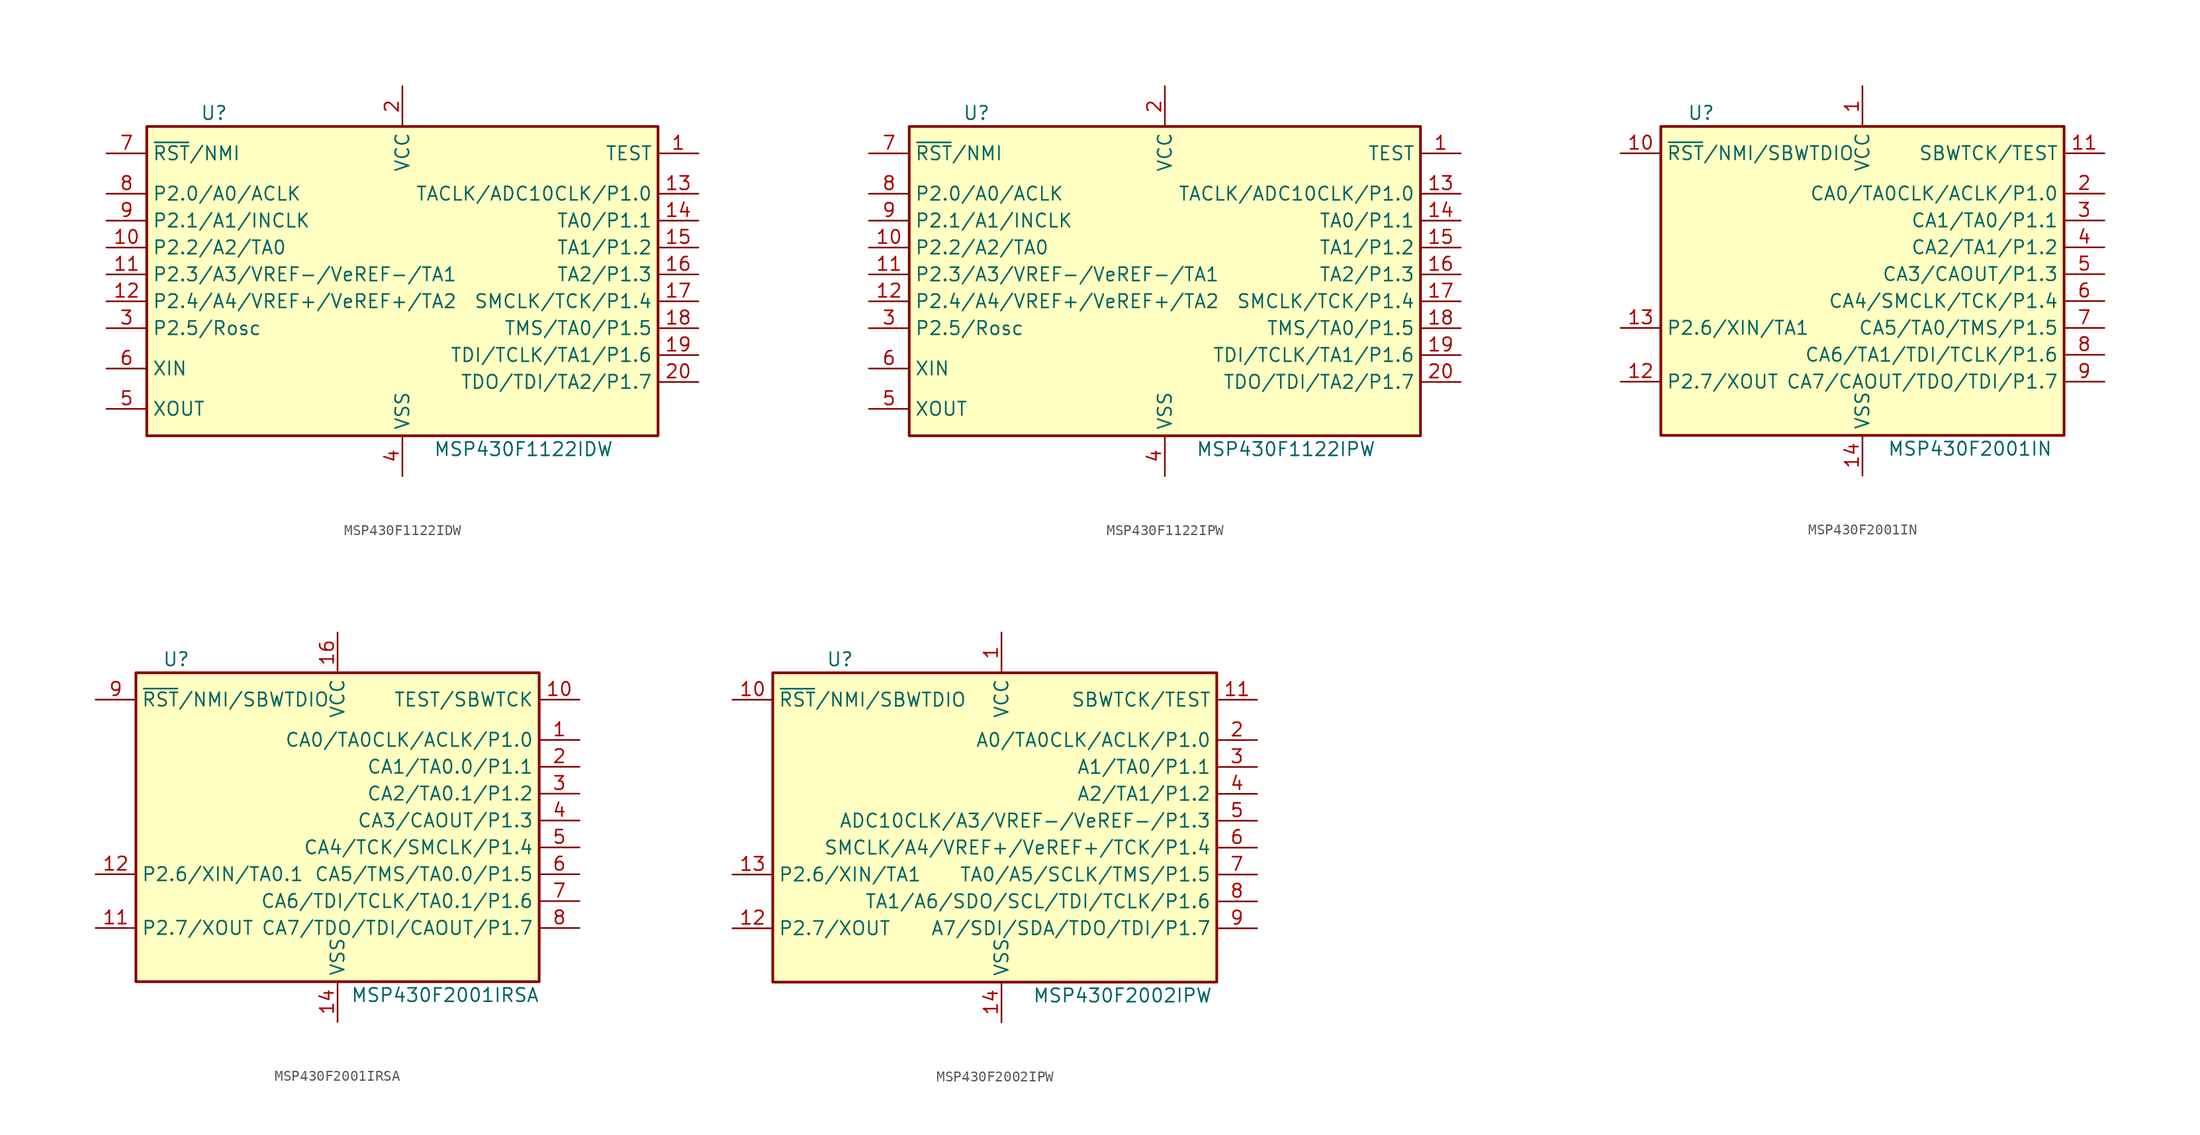
<source format=kicad_sym>
(kicad_symbol_lib
  (version 20220914)
  (generator kicad_symbol_editor)
  (symbol "MSP430F1122IDW"
    (property "Reference" "U"
      (at -17.78 15.24 0)
      (effects (font (size 1.27 1.27))))
    (property "Value" "MSP430F1122IDW"
      (at 11.43 -16.51 0)
      (effects (font (size 1.27 1.27))))
    (symbol "MSP430F1122IDW_0_1"
      (rectangle (start -24.13 13.97) (end 24.13 -15.24) (stroke (width 0.254) (type default)) (fill (type background))))
    (symbol "MSP430F1122IDW_1_1"
      (pin input line (at 27.94 11.43 180) (length 3.81) (name "TEST" (effects (font (size 1.27 1.27)))) (number "1" (effects (font (size 1.27 1.27)))))
      (pin bidirectional line (at -27.94 2.54 0) (length 3.81) (name "P2.2/A2/TA0" (effects (font (size 1.27 1.27)))) (number "10" (effects (font (size 1.27 1.27)))))
      (pin bidirectional line (at -27.94 0 0) (length 3.81) (name "P2.3/A3/VREF-/VeREF-/TA1" (effects (font (size 1.27 1.27)))) (number "11" (effects (font (size 1.27 1.27)))))
      (pin bidirectional line (at -27.94 -2.54 0) (length 3.81) (name "P2.4/A4/VREF+/VeREF+/TA2" (effects (font (size 1.27 1.27)))) (number "12" (effects (font (size 1.27 1.27)))))
      (pin bidirectional line (at 27.94 7.62 180) (length 3.81) (name "TACLK/ADC10CLK/P1.0" (effects (font (size 1.27 1.27)))) (number "13" (effects (font (size 1.27 1.27)))))
      (pin bidirectional line (at 27.94 5.08 180) (length 3.81) (name "TA0/P1.1" (effects (font (size 1.27 1.27)))) (number "14" (effects (font (size 1.27 1.27)))))
      (pin bidirectional line (at 27.94 2.54 180) (length 3.81) (name "TA1/P1.2" (effects (font (size 1.27 1.27)))) (number "15" (effects (font (size 1.27 1.27)))))
      (pin bidirectional line (at 27.94 0 180) (length 3.81) (name "TA2/P1.3" (effects (font (size 1.27 1.27)))) (number "16" (effects (font (size 1.27 1.27)))))
      (pin bidirectional line (at 27.94 -2.54 180) (length 3.81) (name "SMCLK/TCK/P1.4" (effects (font (size 1.27 1.27)))) (number "17" (effects (font (size 1.27 1.27)))))
      (pin bidirectional line (at 27.94 -5.08 180) (length 3.81) (name "TMS/TA0/P1.5" (effects (font (size 1.27 1.27)))) (number "18" (effects (font (size 1.27 1.27)))))
      (pin bidirectional line (at 27.94 -7.62 180) (length 3.81) (name "TDI/TCLK/TA1/P1.6" (effects (font (size 1.27 1.27)))) (number "19" (effects (font (size 1.27 1.27)))))
      (pin power_in line (at 0 17.78 270) (length 3.81) (name "VCC" (effects (font (size 1.27 1.27)))) (number "2" (effects (font (size 1.27 1.27)))))
      (pin bidirectional line (at 27.94 -10.16 180) (length 3.81) (name "TDO/TDI/TA2/P1.7" (effects (font (size 1.27 1.27)))) (number "20" (effects (font (size 1.27 1.27)))))
      (pin bidirectional line (at -27.94 -5.08 0) (length 3.81) (name "P2.5/Rosc" (effects (font (size 1.27 1.27)))) (number "3" (effects (font (size 1.27 1.27)))))
      (pin power_in line (at 0 -19.05 90) (length 3.81) (name "VSS" (effects (font (size 1.27 1.27)))) (number "4" (effects (font (size 1.27 1.27)))))
      (pin output line (at -27.94 -12.7 0) (length 3.81) (name "XOUT" (effects (font (size 1.27 1.27)))) (number "5" (effects (font (size 1.27 1.27)))))
      (pin input line (at -27.94 -8.89 0) (length 3.81) (name "XIN" (effects (font (size 1.27 1.27)))) (number "6" (effects (font (size 1.27 1.27)))))
      (pin input line (at -27.94 11.43 0) (length 3.81) (name "~{RST}/NMI" (effects (font (size 1.27 1.27)))) (number "7" (effects (font (size 1.27 1.27)))))
      (pin bidirectional line (at -27.94 7.62 0) (length 3.81) (name "P2.0/A0/ACLK" (effects (font (size 1.27 1.27)))) (number "8" (effects (font (size 1.27 1.27)))))
      (pin bidirectional line (at -27.94 5.08 0) (length 3.81) (name "P2.1/A1/INCLK" (effects (font (size 1.27 1.27)))) (number "9" (effects (font (size 1.27 1.27)))))))
  (symbol "MSP430F1122IPW"
    (property "Reference" "U"
      (at -17.78 15.24 0)
      (effects (font (size 1.27 1.27))))
    (property "Value" "MSP430F1122IPW"
      (at 11.43 -16.51 0)
      (effects (font (size 1.27 1.27))))
    (symbol "MSP430F1122IPW_0_1"
      (rectangle (start -24.13 13.97) (end 24.13 -15.24) (stroke (width 0.254) (type default)) (fill (type background))))
    (symbol "MSP430F1122IPW_1_1"
      (pin input line (at 27.94 11.43 180) (length 3.81) (name "TEST" (effects (font (size 1.27 1.27)))) (number "1" (effects (font (size 1.27 1.27)))))
      (pin bidirectional line (at -27.94 2.54 0) (length 3.81) (name "P2.2/A2/TA0" (effects (font (size 1.27 1.27)))) (number "10" (effects (font (size 1.27 1.27)))))
      (pin bidirectional line (at -27.94 0 0) (length 3.81) (name "P2.3/A3/VREF-/VeREF-/TA1" (effects (font (size 1.27 1.27)))) (number "11" (effects (font (size 1.27 1.27)))))
      (pin bidirectional line (at -27.94 -2.54 0) (length 3.81) (name "P2.4/A4/VREF+/VeREF+/TA2" (effects (font (size 1.27 1.27)))) (number "12" (effects (font (size 1.27 1.27)))))
      (pin bidirectional line (at 27.94 7.62 180) (length 3.81) (name "TACLK/ADC10CLK/P1.0" (effects (font (size 1.27 1.27)))) (number "13" (effects (font (size 1.27 1.27)))))
      (pin bidirectional line (at 27.94 5.08 180) (length 3.81) (name "TA0/P1.1" (effects (font (size 1.27 1.27)))) (number "14" (effects (font (size 1.27 1.27)))))
      (pin bidirectional line (at 27.94 2.54 180) (length 3.81) (name "TA1/P1.2" (effects (font (size 1.27 1.27)))) (number "15" (effects (font (size 1.27 1.27)))))
      (pin bidirectional line (at 27.94 0 180) (length 3.81) (name "TA2/P1.3" (effects (font (size 1.27 1.27)))) (number "16" (effects (font (size 1.27 1.27)))))
      (pin bidirectional line (at 27.94 -2.54 180) (length 3.81) (name "SMCLK/TCK/P1.4" (effects (font (size 1.27 1.27)))) (number "17" (effects (font (size 1.27 1.27)))))
      (pin bidirectional line (at 27.94 -5.08 180) (length 3.81) (name "TMS/TA0/P1.5" (effects (font (size 1.27 1.27)))) (number "18" (effects (font (size 1.27 1.27)))))
      (pin bidirectional line (at 27.94 -7.62 180) (length 3.81) (name "TDI/TCLK/TA1/P1.6" (effects (font (size 1.27 1.27)))) (number "19" (effects (font (size 1.27 1.27)))))
      (pin power_in line (at 0 17.78 270) (length 3.81) (name "VCC" (effects (font (size 1.27 1.27)))) (number "2" (effects (font (size 1.27 1.27)))))
      (pin bidirectional line (at 27.94 -10.16 180) (length 3.81) (name "TDO/TDI/TA2/P1.7" (effects (font (size 1.27 1.27)))) (number "20" (effects (font (size 1.27 1.27)))))
      (pin bidirectional line (at -27.94 -5.08 0) (length 3.81) (name "P2.5/Rosc" (effects (font (size 1.27 1.27)))) (number "3" (effects (font (size 1.27 1.27)))))
      (pin power_in line (at 0 -19.05 90) (length 3.81) (name "VSS" (effects (font (size 1.27 1.27)))) (number "4" (effects (font (size 1.27 1.27)))))
      (pin output line (at -27.94 -12.7 0) (length 3.81) (name "XOUT" (effects (font (size 1.27 1.27)))) (number "5" (effects (font (size 1.27 1.27)))))
      (pin input line (at -27.94 -8.89 0) (length 3.81) (name "XIN" (effects (font (size 1.27 1.27)))) (number "6" (effects (font (size 1.27 1.27)))))
      (pin input line (at -27.94 11.43 0) (length 3.81) (name "~{RST}/NMI" (effects (font (size 1.27 1.27)))) (number "7" (effects (font (size 1.27 1.27)))))
      (pin bidirectional line (at -27.94 7.62 0) (length 3.81) (name "P2.0/A0/ACLK" (effects (font (size 1.27 1.27)))) (number "8" (effects (font (size 1.27 1.27)))))
      (pin bidirectional line (at -27.94 5.08 0) (length 3.81) (name "P2.1/A1/INCLK" (effects (font (size 1.27 1.27)))) (number "9" (effects (font (size 1.27 1.27)))))))
  (symbol "MSP430F2001IN"
    (property "Reference" "U"
      (at -15.24 15.24 0)
      (effects (font (size 1.27 1.27))))
    (property "Value" "MSP430F2001IN"
      (at 10.16 -16.51 0)
      (effects (font (size 1.27 1.27))))
    (symbol "MSP430F2001IN_0_1"
      (rectangle (start -19.05 13.97) (end 19.05 -15.24) (stroke (width 0.254) (type default)) (fill (type background))))
    (symbol "MSP430F2001IN_1_1"
      (pin power_in line (at 0 17.78 270) (length 3.81) (name "VCC" (effects (font (size 1.27 1.27)))) (number "1" (effects (font (size 1.27 1.27)))))
      (pin input line (at -22.86 11.43 0) (length 3.81) (name "~{RST}/NMI/SBWTDIO" (effects (font (size 1.27 1.27)))) (number "10" (effects (font (size 1.27 1.27)))))
      (pin input line (at 22.86 11.43 180) (length 3.81) (name "SBWTCK/TEST" (effects (font (size 1.27 1.27)))) (number "11" (effects (font (size 1.27 1.27)))))
      (pin bidirectional line (at -22.86 -10.16 0) (length 3.81) (name "P2.7/XOUT" (effects (font (size 1.27 1.27)))) (number "12" (effects (font (size 1.27 1.27)))))
      (pin bidirectional line (at -22.86 -5.08 0) (length 3.81) (name "P2.6/XIN/TA1" (effects (font (size 1.27 1.27)))) (number "13" (effects (font (size 1.27 1.27)))))
      (pin power_in line (at 0 -19.05 90) (length 3.81) (name "VSS" (effects (font (size 1.27 1.27)))) (number "14" (effects (font (size 1.27 1.27)))))
      (pin bidirectional line (at 22.86 7.62 180) (length 3.81) (name "CA0/TA0CLK/ACLK/P1.0" (effects (font (size 1.27 1.27)))) (number "2" (effects (font (size 1.27 1.27)))))
      (pin bidirectional line (at 22.86 5.08 180) (length 3.81) (name "CA1/TA0/P1.1" (effects (font (size 1.27 1.27)))) (number "3" (effects (font (size 1.27 1.27)))))
      (pin bidirectional line (at 22.86 2.54 180) (length 3.81) (name "CA2/TA1/P1.2" (effects (font (size 1.27 1.27)))) (number "4" (effects (font (size 1.27 1.27)))))
      (pin bidirectional line (at 22.86 0 180) (length 3.81) (name "CA3/CAOUT/P1.3" (effects (font (size 1.27 1.27)))) (number "5" (effects (font (size 1.27 1.27)))))
      (pin bidirectional line (at 22.86 -2.54 180) (length 3.81) (name "CA4/SMCLK/TCK/P1.4" (effects (font (size 1.27 1.27)))) (number "6" (effects (font (size 1.27 1.27)))))
      (pin bidirectional line (at 22.86 -5.08 180) (length 3.81) (name "CA5/TA0/TMS/P1.5" (effects (font (size 1.27 1.27)))) (number "7" (effects (font (size 1.27 1.27)))))
      (pin bidirectional line (at 22.86 -7.62 180) (length 3.81) (name "CA6/TA1/TDI/TCLK/P1.6" (effects (font (size 1.27 1.27)))) (number "8" (effects (font (size 1.27 1.27)))))
      (pin bidirectional line (at 22.86 -10.16 180) (length 3.81) (name "CA7/CAOUT/TDO/TDI/P1.7" (effects (font (size 1.27 1.27)))) (number "9" (effects (font (size 1.27 1.27)))))))
  (symbol "MSP430F2001IRSA"
    (property "Reference" "U"
      (at -15.24 15.24 0)
      (effects (font (size 1.27 1.27))))
    (property "Value" "MSP430F2001IRSA"
      (at 10.16 -16.51 0)
      (effects (font (size 1.27 1.27))))
    (symbol "MSP430F2001IRSA_0_1"
      (rectangle (start -19.05 13.97) (end 19.05 -15.24) (stroke (width 0.254) (type default)) (fill (type background))))
    (symbol "MSP430F2001IRSA_1_1"
      (pin bidirectional line (at 22.86 7.62 180) (length 3.81) (name "CA0/TA0CLK/ACLK/P1.0" (effects (font (size 1.27 1.27)))) (number "1" (effects (font (size 1.27 1.27)))))
      (pin input line (at 22.86 11.43 180) (length 3.81) (name "TEST/SBWTCK" (effects (font (size 1.27 1.27)))) (number "10" (effects (font (size 1.27 1.27)))))
      (pin bidirectional line (at -22.86 -10.16 0) (length 3.81) (name "P2.7/XOUT" (effects (font (size 1.27 1.27)))) (number "11" (effects (font (size 1.27 1.27)))))
      (pin bidirectional line (at -22.86 -5.08 0) (length 3.81) (name "P2.6/XIN/TA0.1" (effects (font (size 1.27 1.27)))) (number "12" (effects (font (size 1.27 1.27)))))
      (pin power_in line (at 0 -19.05 90) (length 3.81) (name "VSS" (effects (font (size 1.27 1.27)))) (number "14" (effects (font (size 1.27 1.27)))))
      (pin power_in line (at 0 17.78 270) (length 3.81) (name "VCC" (effects (font (size 1.27 1.27)))) (number "16" (effects (font (size 1.27 1.27)))))
      (pin bidirectional line (at 22.86 5.08 180) (length 3.81) (name "CA1/TA0.0/P1.1" (effects (font (size 1.27 1.27)))) (number "2" (effects (font (size 1.27 1.27)))))
      (pin bidirectional line (at 22.86 2.54 180) (length 3.81) (name "CA2/TA0.1/P1.2" (effects (font (size 1.27 1.27)))) (number "3" (effects (font (size 1.27 1.27)))))
      (pin bidirectional line (at 22.86 0 180) (length 3.81) (name "CA3/CAOUT/P1.3" (effects (font (size 1.27 1.27)))) (number "4" (effects (font (size 1.27 1.27)))))
      (pin bidirectional line (at 22.86 -2.54 180) (length 3.81) (name "CA4/TCK/SMCLK/P1.4" (effects (font (size 1.27 1.27)))) (number "5" (effects (font (size 1.27 1.27)))))
      (pin bidirectional line (at 22.86 -5.08 180) (length 3.81) (name "CA5/TMS/TA0.0/P1.5" (effects (font (size 1.27 1.27)))) (number "6" (effects (font (size 1.27 1.27)))))
      (pin bidirectional line (at 22.86 -7.62 180) (length 3.81) (name "CA6/TDI/TCLK/TA0.1/P1.6" (effects (font (size 1.27 1.27)))) (number "7" (effects (font (size 1.27 1.27)))))
      (pin bidirectional line (at 22.86 -10.16 180) (length 3.81) (name "CA7/TDO/TDI/CAOUT/P1.7" (effects (font (size 1.27 1.27)))) (number "8" (effects (font (size 1.27 1.27)))))
      (pin input line (at -22.86 11.43 0) (length 3.81) (name "~{RST}/NMI/SBWTDIO" (effects (font (size 1.27 1.27)))) (number "9" (effects (font (size 1.27 1.27)))))))
  (symbol "MSP430F2002IPW"
    (property "Reference" "U"
      (at -15.24 15.24 0)
      (effects (font (size 1.27 1.27))))
    (property "Value" "MSP430F2002IPW"
      (at 11.43 -16.51 0)
      (effects (font (size 1.27 1.27))))
    (symbol "MSP430F2002IPW_0_1"
      (rectangle (start -21.59 13.97) (end 20.32 -15.24) (stroke (width 0.254) (type default)) (fill (type background))))
    (symbol "MSP430F2002IPW_1_1"
      (pin power_in line (at 0 17.78 270) (length 3.81) (name "VCC" (effects (font (size 1.27 1.27)))) (number "1" (effects (font (size 1.27 1.27)))))
      (pin input line (at -25.4 11.43 0) (length 3.81) (name "~{RST}/NMI/SBWTDIO" (effects (font (size 1.27 1.27)))) (number "10" (effects (font (size 1.27 1.27)))))
      (pin input line (at 24.13 11.43 180) (length 3.81) (name "SBWTCK/TEST" (effects (font (size 1.27 1.27)))) (number "11" (effects (font (size 1.27 1.27)))))
      (pin bidirectional line (at -25.4 -10.16 0) (length 3.81) (name "P2.7/XOUT" (effects (font (size 1.27 1.27)))) (number "12" (effects (font (size 1.27 1.27)))))
      (pin bidirectional line (at -25.4 -5.08 0) (length 3.81) (name "P2.6/XIN/TA1" (effects (font (size 1.27 1.27)))) (number "13" (effects (font (size 1.27 1.27)))))
      (pin power_in line (at 0 -19.05 90) (length 3.81) (name "VSS" (effects (font (size 1.27 1.27)))) (number "14" (effects (font (size 1.27 1.27)))))
      (pin bidirectional line (at 24.13 7.62 180) (length 3.81) (name "A0/TA0CLK/ACLK/P1.0" (effects (font (size 1.27 1.27)))) (number "2" (effects (font (size 1.27 1.27)))))
      (pin bidirectional line (at 24.13 5.08 180) (length 3.81) (name "A1/TA0/P1.1" (effects (font (size 1.27 1.27)))) (number "3" (effects (font (size 1.27 1.27)))))
      (pin bidirectional line (at 24.13 2.54 180) (length 3.81) (name "A2/TA1/P1.2" (effects (font (size 1.27 1.27)))) (number "4" (effects (font (size 1.27 1.27)))))
      (pin bidirectional line (at 24.13 0 180) (length 3.81) (name "ADC10CLK/A3/VREF-/VeREF-/P1.3" (effects (font (size 1.27 1.27)))) (number "5" (effects (font (size 1.27 1.27)))))
      (pin bidirectional line (at 24.13 -2.54 180) (length 3.81) (name "SMCLK/A4/VREF+/VeREF+/TCK/P1.4" (effects (font (size 1.27 1.27)))) (number "6" (effects (font (size 1.27 1.27)))))
      (pin bidirectional line (at 24.13 -5.08 180) (length 3.81) (name "TA0/A5/SCLK/TMS/P1.5" (effects (font (size 1.27 1.27)))) (number "7" (effects (font (size 1.27 1.27)))))
      (pin bidirectional line (at 24.13 -7.62 180) (length 3.81) (name "TA1/A6/SDO/SCL/TDI/TCLK/P1.6" (effects (font (size 1.27 1.27)))) (number "8" (effects (font (size 1.27 1.27)))))
      (pin bidirectional line (at 24.13 -10.16 180) (length 3.81) (name "A7/SDI/SDA/TDO/TDI/P1.7" (effects (font (size 1.27 1.27)))) (number "9" (effects (font (size 1.27 1.27))))))))
</source>
